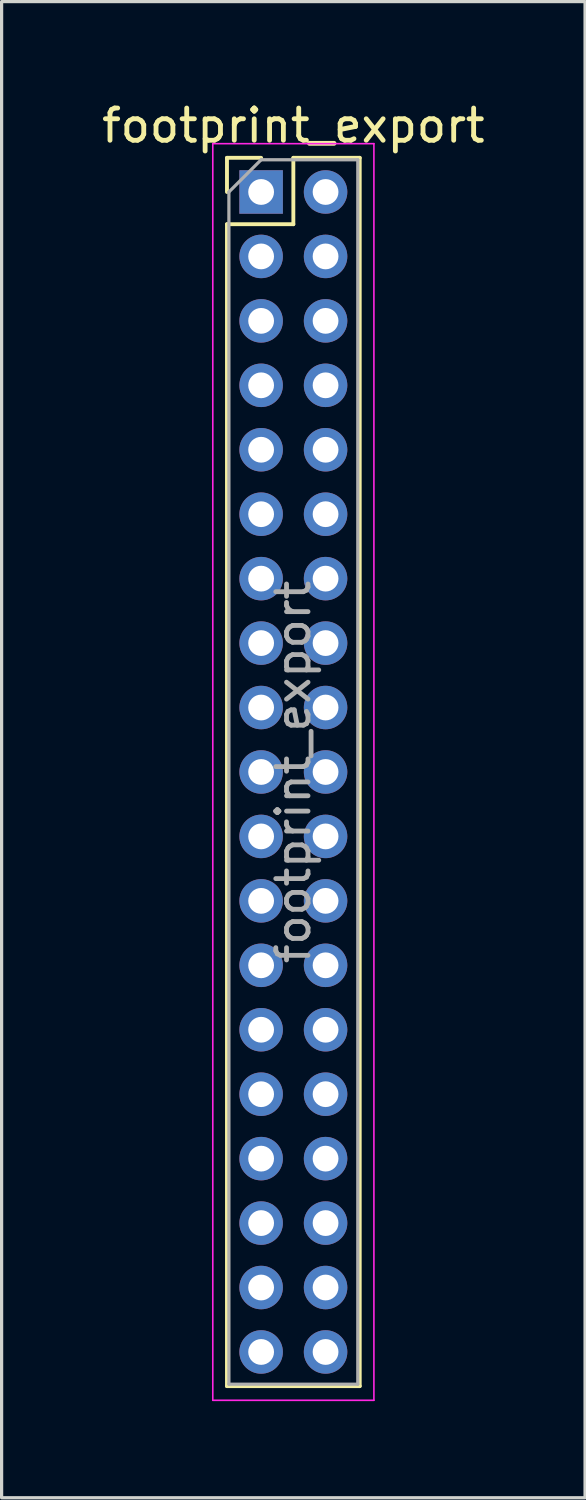
<source format=kicad_pcb>
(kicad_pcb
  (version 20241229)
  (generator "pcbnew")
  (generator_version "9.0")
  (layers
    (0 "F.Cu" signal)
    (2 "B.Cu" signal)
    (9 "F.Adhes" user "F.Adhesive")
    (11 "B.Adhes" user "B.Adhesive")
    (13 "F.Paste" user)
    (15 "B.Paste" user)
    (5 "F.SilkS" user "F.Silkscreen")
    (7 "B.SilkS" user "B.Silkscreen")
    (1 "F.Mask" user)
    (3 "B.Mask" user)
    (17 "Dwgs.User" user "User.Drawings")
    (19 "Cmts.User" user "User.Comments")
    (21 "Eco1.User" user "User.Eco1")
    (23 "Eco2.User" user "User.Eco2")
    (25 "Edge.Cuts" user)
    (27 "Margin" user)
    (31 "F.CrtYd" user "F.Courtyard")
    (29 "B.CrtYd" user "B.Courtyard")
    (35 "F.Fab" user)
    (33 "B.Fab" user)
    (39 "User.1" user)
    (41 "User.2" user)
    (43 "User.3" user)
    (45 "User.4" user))
  (footprint "footprint_export"
    (layer "F.Cu")
    (at 5.054 2.908)
    (property "Reference" "footprint_export" (at 1 -2.06 0) (layer "F.SilkS") (effects (font (size 1 1) (thickness 0.15))))
    (attr through_hole)
    (fp_line (start -1.06 -1.06) (end 0 -1.06) (stroke (width 0.12) (type solid)) (layer "F.SilkS"))
    (fp_line (start -1.06 0) (end -1.06 -1.06) (stroke (width 0.12) (type solid)) (layer "F.SilkS"))
    (fp_line (start -1.06 1) (end -1.06 37.06) (stroke (width 0.12) (type solid)) (layer "F.SilkS"))
    (fp_line (start -1.06 1) (end 1 1) (stroke (width 0.12) (type solid)) (layer "F.SilkS"))
    (fp_line (start -1.06 37.06) (end 3.06 37.06) (stroke (width 0.12) (type solid)) (layer "F.SilkS"))
    (fp_line (start 1 -1.06) (end 3.06 -1.06) (stroke (width 0.12) (type solid)) (layer "F.SilkS"))
    (fp_line (start 1 1) (end 1 -1.06) (stroke (width 0.12) (type solid)) (layer "F.SilkS"))
    (fp_line (start 3.06 -1.06) (end 3.06 37.06) (stroke (width 0.12) (type solid)) (layer "F.SilkS"))
    (fp_line (start -1.5 -1.5) (end -1.5 37.5) (stroke (width 0.05) (type solid)) (layer "F.CrtYd"))
    (fp_line (start -1.5 37.5) (end 3.5 37.5) (stroke (width 0.05) (type solid)) (layer "F.CrtYd"))
    (fp_line (start 3.5 -1.5) (end -1.5 -1.5) (stroke (width 0.05) (type solid)) (layer "F.CrtYd"))
    (fp_line (start 3.5 37.5) (end 3.5 -1.5) (stroke (width 0.05) (type solid)) (layer "F.CrtYd"))
    (fp_line (start -1 0) (end 0 -1) (stroke (width 0.1) (type solid)) (layer "F.Fab"))
    (fp_line (start -1 37) (end -1 0) (stroke (width 0.1) (type solid)) (layer "F.Fab"))
    (fp_line (start 0 -1) (end 3 -1) (stroke (width 0.1) (type solid)) (layer "F.Fab"))
    (fp_line (start 3 -1) (end 3 37) (stroke (width 0.1) (type solid)) (layer "F.Fab"))
    (fp_line (start 3 37) (end -1 37) (stroke (width 0.1) (type solid)) (layer "F.Fab"))
    (fp_text user "${REFERENCE}" (at 1 18 90) (layer "F.Fab") (effects (font (size 1 1) (thickness 0.15))))
    (pad "1" thru_hole rect (at 0 0) (size 1.35 1.35) (drill 0.8) (layers "*.Cu" "*.Mask"))
    (pad "2" thru_hole oval (at 2 0) (size 1.35 1.35) (drill 0.8) (layers "*.Cu" "*.Mask"))
    (pad "3" thru_hole oval (at 0 2) (size 1.35 1.35) (drill 0.8) (layers "*.Cu" "*.Mask"))
    (pad "4" thru_hole oval (at 2 2) (size 1.35 1.35) (drill 0.8) (layers "*.Cu" "*.Mask"))
    (pad "5" thru_hole oval (at 0 4) (size 1.35 1.35) (drill 0.8) (layers "*.Cu" "*.Mask"))
    (pad "6" thru_hole oval (at 2 4) (size 1.35 1.35) (drill 0.8) (layers "*.Cu" "*.Mask"))
    (pad "7" thru_hole oval (at 0 6) (size 1.35 1.35) (drill 0.8) (layers "*.Cu" "*.Mask"))
    (pad "8" thru_hole oval (at 2 6) (size 1.35 1.35) (drill 0.8) (layers "*.Cu" "*.Mask"))
    (pad "9" thru_hole oval (at 0 8) (size 1.35 1.35) (drill 0.8) (layers "*.Cu" "*.Mask"))
    (pad "10" thru_hole oval (at 2 8) (size 1.35 1.35) (drill 0.8) (layers "*.Cu" "*.Mask"))
    (pad "11" thru_hole oval (at 0 10) (size 1.35 1.35) (drill 0.8) (layers "*.Cu" "*.Mask"))
    (pad "12" thru_hole oval (at 2 10) (size 1.35 1.35) (drill 0.8) (layers "*.Cu" "*.Mask"))
    (pad "13" thru_hole oval (at 0 12) (size 1.35 1.35) (drill 0.8) (layers "*.Cu" "*.Mask"))
    (pad "14" thru_hole oval (at 2 12) (size 1.35 1.35) (drill 0.8) (layers "*.Cu" "*.Mask"))
    (pad "15" thru_hole oval (at 0 14) (size 1.35 1.35) (drill 0.8) (layers "*.Cu" "*.Mask"))
    (pad "16" thru_hole oval (at 2 14) (size 1.35 1.35) (drill 0.8) (layers "*.Cu" "*.Mask"))
    (pad "17" thru_hole oval (at 0 16) (size 1.35 1.35) (drill 0.8) (layers "*.Cu" "*.Mask"))
    (pad "18" thru_hole oval (at 2 16) (size 1.35 1.35) (drill 0.8) (layers "*.Cu" "*.Mask"))
    (pad "19" thru_hole oval (at 0 18) (size 1.35 1.35) (drill 0.8) (layers "*.Cu" "*.Mask"))
    (pad "20" thru_hole oval (at 2 18) (size 1.35 1.35) (drill 0.8) (layers "*.Cu" "*.Mask"))
    (pad "21" thru_hole oval (at 0 20) (size 1.35 1.35) (drill 0.8) (layers "*.Cu" "*.Mask"))
    (pad "22" thru_hole oval (at 2 20) (size 1.35 1.35) (drill 0.8) (layers "*.Cu" "*.Mask"))
    (pad "23" thru_hole oval (at 0 22) (size 1.35 1.35) (drill 0.8) (layers "*.Cu" "*.Mask"))
    (pad "24" thru_hole oval (at 2 22) (size 1.35 1.35) (drill 0.8) (layers "*.Cu" "*.Mask"))
    (pad "25" thru_hole oval (at 0 24) (size 1.35 1.35) (drill 0.8) (layers "*.Cu" "*.Mask"))
    (pad "26" thru_hole oval (at 2 24) (size 1.35 1.35) (drill 0.8) (layers "*.Cu" "*.Mask"))
    (pad "27" thru_hole oval (at 0 26) (size 1.35 1.35) (drill 0.8) (layers "*.Cu" "*.Mask"))
    (pad "28" thru_hole oval (at 2 26) (size 1.35 1.35) (drill 0.8) (layers "*.Cu" "*.Mask"))
    (pad "29" thru_hole oval (at 0 28) (size 1.35 1.35) (drill 0.8) (layers "*.Cu" "*.Mask"))
    (pad "30" thru_hole oval (at 2 28) (size 1.35 1.35) (drill 0.8) (layers "*.Cu" "*.Mask"))
    (pad "31" thru_hole oval (at 0 30) (size 1.35 1.35) (drill 0.8) (layers "*.Cu" "*.Mask"))
    (pad "32" thru_hole oval (at 2 30) (size 1.35 1.35) (drill 0.8) (layers "*.Cu" "*.Mask"))
    (pad "33" thru_hole oval (at 0 32) (size 1.35 1.35) (drill 0.8) (layers "*.Cu" "*.Mask"))
    (pad "34" thru_hole oval (at 2 32) (size 1.35 1.35) (drill 0.8) (layers "*.Cu" "*.Mask"))
    (pad "35" thru_hole oval (at 0 34) (size 1.35 1.35) (drill 0.8) (layers "*.Cu" "*.Mask"))
    (pad "36" thru_hole oval (at 2 34) (size 1.35 1.35) (drill 0.8) (layers "*.Cu" "*.Mask"))
    (pad "37" thru_hole oval (at 0 36) (size 1.35 1.35) (drill 0.8) (layers "*.Cu" "*.Mask"))
    (pad "38" thru_hole oval (at 2 36) (size 1.35 1.35) (drill 0.8) (layers "*.Cu" "*.Mask")))
  (gr_rect
    (start -3 -3)
    (end 15.107 43.433)
    (stroke (width 0.1) (type default))
    (fill no)
    (layer "Edge.Cuts")))
</source>
